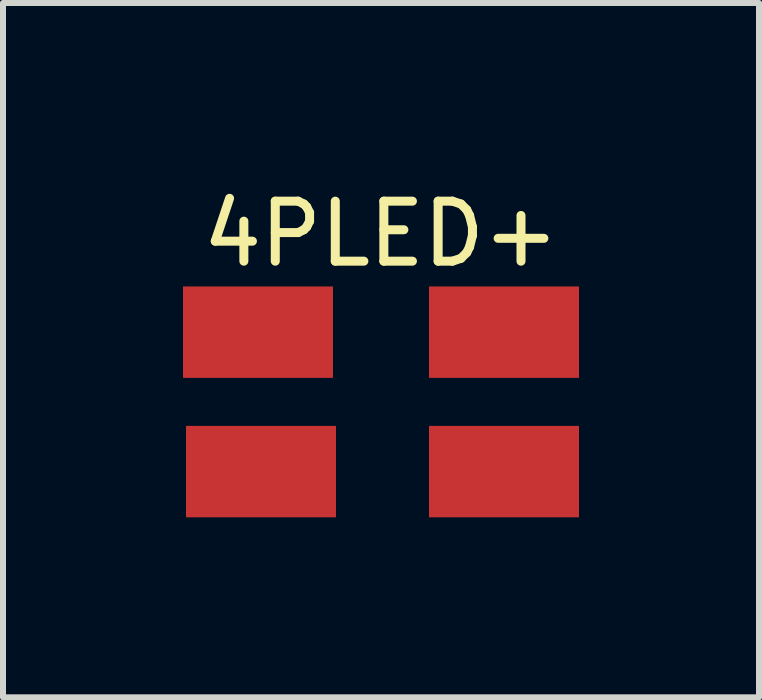
<source format=kicad_pcb>
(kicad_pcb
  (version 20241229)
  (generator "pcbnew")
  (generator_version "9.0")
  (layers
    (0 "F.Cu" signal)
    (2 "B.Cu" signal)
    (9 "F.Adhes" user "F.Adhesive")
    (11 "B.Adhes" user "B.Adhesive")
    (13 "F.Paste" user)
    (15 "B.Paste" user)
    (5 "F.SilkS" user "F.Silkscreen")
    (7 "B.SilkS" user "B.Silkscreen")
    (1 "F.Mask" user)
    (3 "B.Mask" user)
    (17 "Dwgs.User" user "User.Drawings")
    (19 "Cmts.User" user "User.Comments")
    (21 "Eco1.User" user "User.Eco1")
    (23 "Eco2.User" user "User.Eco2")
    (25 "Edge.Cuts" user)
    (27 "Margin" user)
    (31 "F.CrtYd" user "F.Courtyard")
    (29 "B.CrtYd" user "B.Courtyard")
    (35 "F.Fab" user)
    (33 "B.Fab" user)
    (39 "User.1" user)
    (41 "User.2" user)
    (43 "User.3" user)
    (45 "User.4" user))
  (footprint "4PLED+"
    (layer "F.Cu")
    (at 3.3 3.648)
    (property "Reference" "4PLED+" (at 0 -2.8 0) (layer "F.SilkS") (effects (font (size 1 1) (thickness 0.15))))
    (attr through_hole)
    (pad "1" smd rect (at 2.05 -1.162) (size 2.5 1.524) (layers "F.Cu" "F.Mask" "F.Paste"))
    (pad "2" smd rect (at 2.05 1.162) (size 2.5 1.524) (layers "F.Cu" "F.Mask" "F.Paste"))
    (pad "3" smd rect (at -2.05 -1.162) (size 2.5 1.524) (layers "F.Cu" "F.Mask" "F.Paste"))
    (pad "4" smd rect (at -2 1.162) (size 2.5 1.524) (layers "F.Cu" "F.Mask" "F.Paste")))
  (gr_rect
    (start -3 -3)
    (end 9.6 8.572)
    (stroke (width 0.1) (type default))
    (fill no)
    (layer "Edge.Cuts")))
</source>
